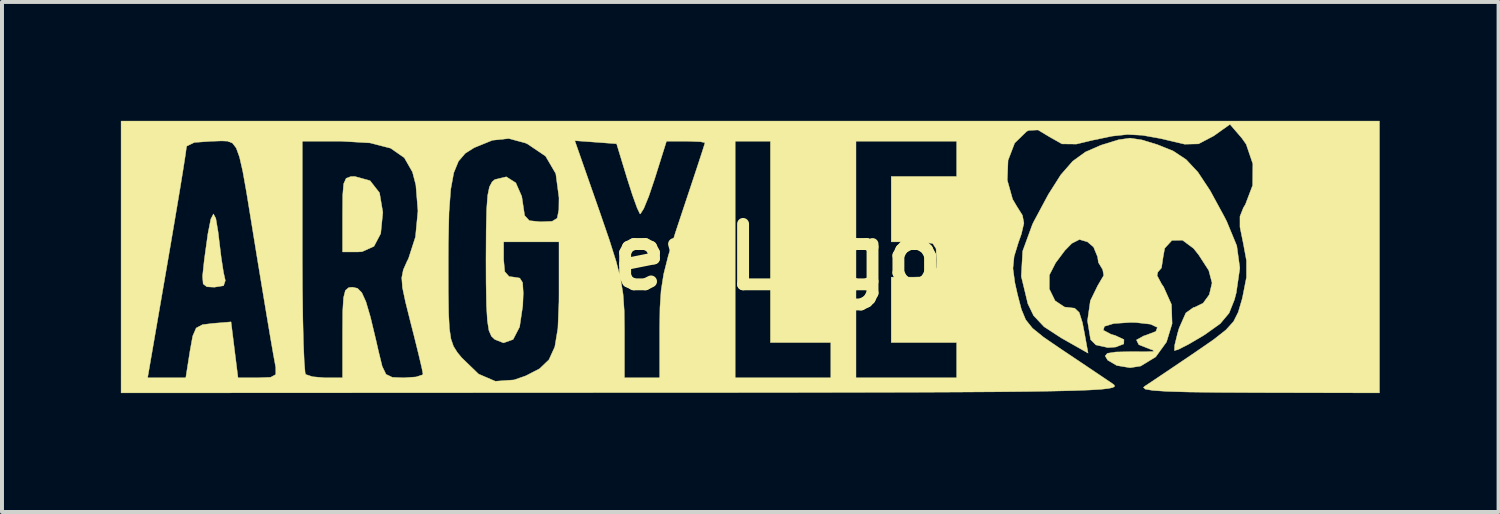
<source format=kicad_pcb>
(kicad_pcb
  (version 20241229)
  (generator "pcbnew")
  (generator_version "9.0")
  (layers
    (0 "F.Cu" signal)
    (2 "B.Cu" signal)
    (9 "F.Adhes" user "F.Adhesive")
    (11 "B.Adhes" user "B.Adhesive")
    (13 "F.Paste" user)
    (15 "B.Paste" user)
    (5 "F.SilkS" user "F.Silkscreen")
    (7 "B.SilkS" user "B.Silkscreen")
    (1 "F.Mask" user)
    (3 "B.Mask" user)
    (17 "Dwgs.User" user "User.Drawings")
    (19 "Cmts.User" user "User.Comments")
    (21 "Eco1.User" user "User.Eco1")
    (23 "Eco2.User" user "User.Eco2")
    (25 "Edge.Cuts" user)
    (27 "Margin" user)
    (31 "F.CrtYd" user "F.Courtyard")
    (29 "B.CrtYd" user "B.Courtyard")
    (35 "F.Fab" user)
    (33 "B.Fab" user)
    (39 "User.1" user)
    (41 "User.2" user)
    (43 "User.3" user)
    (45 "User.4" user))
  (footprint "newLogo"
    (layer "F.Cu")
    (at 15.88 3.434)
    (property "Reference" "newLogo" (at 0 0 0) (layer "F.SilkS") (effects (font (size 1.524 1.524) (thickness 0.3))))
    (attr through_hole)
    (fp_poly (pts (xy -9.594 -1.926) (xy -9.354 -1.619) (xy -9.271 -1.127) (xy -9.271 -1.126) (xy -9.324 -0.592) (xy -9.494 -0.269) (xy -9.794 -0.134) (xy -9.91 -0.127) (xy -10.287 -0.127) (xy -10.287 -1.079) (xy -10.283 -1.564) (xy -10.259 -1.848) (xy -10.197 -1.985) (xy -10.081 -2.029) (xy -9.979 -2.032) (xy -9.594 -1.926)) (stroke (width 0.01) (type solid)) (fill yes) (layer "F.SilkS"))
    (fp_poly (pts (xy -13.485 -0.975) (xy -13.427 -0.63) (xy -13.406 -0.454) (xy -13.349 0.012) (xy -13.291 0.389) (xy -13.245 0.594) (xy -13.289 0.725) (xy -13.521 0.762) (xy -13.711 0.752) (xy -13.804 0.68) (xy -13.82 0.487) (xy -13.78 0.112) (xy -13.771 0.038) (xy -13.685 -0.584) (xy -13.611 -0.957) (xy -13.545 -1.086) (xy -13.485 -0.975)) (stroke (width 0.01) (type solid)) (fill yes) (layer "F.SilkS"))
    (fp_poly (pts (xy 9.877 -2.955) (xy 10.277 -2.833) (xy 10.671 -2.674) (xy 10.998 -2.457) (xy 11.295 -2.139) (xy 11.601 -1.677) (xy 11.954 -1.028) (xy 12.02 -0.9) (xy 12.275 -0.283) (xy 12.352 0.279) (xy 12.262 0.902) (xy 12.215 1.08) (xy 12.081 1.415) (xy 11.858 1.681) (xy 11.475 1.955) (xy 11.408 1.997) (xy 11.055 2.204) (xy 10.797 2.335) (xy 10.701 2.361) (xy 10.708 2.225) (xy 10.779 1.934) (xy 10.82 1.794) (xy 10.989 1.412) (xy 11.186 1.271) (xy 11.21 1.27) (xy 11.425 1.165) (xy 11.581 0.951) (xy 11.651 0.655) (xy 11.568 0.339) (xy 11.313 -0.055) (xy 11.186 -0.215) (xy 10.905 -0.424) (xy 10.639 -0.419) (xy 10.456 -0.22) (xy 10.414 0.015) (xy 10.375 0.276) (xy 10.283 0.381) (xy 10.264 0.468) (xy 10.379 0.684) (xy 10.428 0.754) (xy 10.627 1.198) (xy 10.643 1.683) (xy 10.502 2.144) (xy 10.229 2.521) (xy 9.85 2.752) (xy 9.582 2.794) (xy 9.247 2.738) (xy 9.017 2.603) (xy 8.954 2.496) (xy 9.01 2.43) (xy 9.22 2.397) (xy 9.624 2.388) (xy 9.97 2.391) (xy 10.184 2.382) (xy 10.149 2.344) (xy 10.097 2.329) (xy 9.802 2.212) (xy 9.743 2.093) (xy 9.927 1.991) (xy 9.96 1.982) (xy 10.233 1.878) (xy 10.272 1.777) (xy 10.098 1.696) (xy 9.73 1.654) (xy 9.588 1.651) (xy 9.17 1.679) (xy 8.935 1.75) (xy 8.907 1.847) (xy 9.104 1.951) (xy 9.207 1.98) (xy 9.428 2.083) (xy 9.424 2.194) (xy 9.22 2.272) (xy 9.023 2.286) (xy 8.72 2.219) (xy 8.586 2.085) (xy 8.508 1.61) (xy 8.58 1.104) (xy 8.765 0.725) (xy 8.918 0.464) (xy 8.892 0.319) (xy 8.783 0.138) (xy 8.763 -0.003) (xy 8.661 -0.251) (xy 8.507 -0.382) (xy 8.305 -0.441) (xy 8.113 -0.344) (xy 7.937 -0.164) (xy 7.703 0.149) (xy 7.554 0.44) (xy 7.546 0.464) (xy 7.545 0.807) (xy 7.69 1.104) (xy 7.93 1.263) (xy 7.998 1.27) (xy 8.185 1.292) (xy 8.299 1.4) (xy 8.38 1.655) (xy 8.436 1.943) (xy 8.523 2.426) (xy 7.849 2.044) (xy 7.413 1.76) (xy 7.148 1.479) (xy 7.004 1.181) (xy 6.837 0.488) (xy 6.873 -0.15) (xy 7.119 -0.823) (xy 7.154 -0.894) (xy 7.522 -1.581) (xy 7.836 -2.075) (xy 8.135 -2.417) (xy 8.457 -2.65) (xy 8.839 -2.817) (xy 8.887 -2.833) (xy 9.292 -2.958) (xy 9.582 -2.999) (xy 9.877 -2.955)) (stroke (width 0.01) (type solid)) (fill yes) (layer "F.SilkS"))
    (fp_poly (pts (xy 15.875 3.429) (xy 12.795 3.422) (xy 11.81 3.417) (xy 11.056 3.407) (xy 10.513 3.391) (xy 10.157 3.367) (xy 9.967 3.335) (xy 9.92 3.292) (xy 9.95 3.263) (xy 10.154 3.128) (xy 10.508 2.89) (xy 10.954 2.589) (xy 11.214 2.413) (xy 11.691 2.084) (xy 12.001 1.84) (xy 12.193 1.628) (xy 12.311 1.393) (xy 12.403 1.083) (xy 12.42 1.016) (xy 12.519 0.513) (xy 12.519 0.089) (xy 12.439 -0.343) (xy 12.355 -0.756) (xy 12.355 -1.024) (xy 12.442 -1.244) (xy 12.491 -1.323) (xy 12.675 -1.808) (xy 12.68 -2.35) (xy 12.512 -2.844) (xy 12.402 -3) (xy 12.103 -3.347) (xy 11.696 -3.057) (xy 11.31 -2.854) (xy 10.959 -2.846) (xy 10.947 -2.849) (xy 10.341 -2.991) (xy 9.894 -3.071) (xy 9.519 -3.091) (xy 9.128 -3.049) (xy 8.634 -2.946) (xy 8.229 -2.849) (xy 7.865 -2.853) (xy 7.549 -3.031) (xy 7.26 -3.205) (xy 7.027 -3.194) (xy 6.974 -3.169) (xy 6.671 -2.875) (xy 6.504 -2.439) (xy 6.484 -1.94) (xy 6.619 -1.457) (xy 6.723 -1.281) (xy 6.867 -1.052) (xy 6.904 -0.853) (xy 6.84 -0.579) (xy 6.766 -0.369) (xy 6.657 -0.014) (xy 6.627 0.288) (xy 6.676 0.65) (xy 6.745 0.956) (xy 6.841 1.323) (xy 6.949 1.583) (xy 7.119 1.796) (xy 7.401 2.024) (xy 7.842 2.326) (xy 7.877 2.349) (xy 8.346 2.663) (xy 8.769 2.947) (xy 9.077 3.154) (xy 9.144 3.2) (xy 9.186 3.235) (xy 9.191 3.267) (xy 9.145 3.294) (xy 9.034 3.318) (xy 8.844 3.339) (xy 8.561 3.356) (xy 8.169 3.371) (xy 7.657 3.383) (xy 7.008 3.394) (xy 6.209 3.402) (xy 5.246 3.408) (xy 4.104 3.413) (xy 2.769 3.416) (xy 1.227 3.419) (xy -0.536 3.421) (xy -2.534 3.422) (xy -3.207 3.422) (xy -15.875 3.429) (xy -15.875 3.048) (xy -15.206 3.048) (xy -14.243 3.048) (xy -14.138 2.381) (xy -14.068 1.994) (xy -13.98 1.791) (xy -13.82 1.707) (xy -13.567 1.676) (xy -13.101 1.637) (xy -12.925 3.048) (xy -12.421 3.048) (xy -12.101 3.035) (xy -11.972 2.964) (xy -11.973 2.784) (xy -11.989 2.699) (xy -12.032 2.465) (xy -12.108 2.027) (xy -12.208 1.432) (xy -12.325 0.726) (xy -12.445 0) (xy -12.596 -0.931) (xy -12.712 -1.643) (xy -12.805 -2.163) (xy -12.887 -2.521) (xy -12.969 -2.748) (xy -13.063 -2.872) (xy -13.177 -2.921) (xy -11.303 -2.921) (xy -11.303 -0.021) (xy -11.299 0.813) (xy -11.289 1.56) (xy -11.274 2.184) (xy -11.254 2.648) (xy -11.232 2.915) (xy -11.218 2.963) (xy -11.044 3.021) (xy -10.735 3.048) (xy -10.71 3.048) (xy -10.287 3.048) (xy -10.287 1.905) (xy -10.283 1.361) (xy -10.262 1.024) (xy -10.216 0.843) (xy -10.132 0.772) (xy -10.039 0.762) (xy -9.91 0.79) (xy -9.802 0.899) (xy -9.698 1.127) (xy -9.584 1.514) (xy -9.444 2.098) (xy -9.382 2.371) (xy -9.287 2.759) (xy -9.19 2.96) (xy -9.031 3.036) (xy -8.753 3.048) (xy -8.743 3.048) (xy -8.433 3.026) (xy -8.267 2.972) (xy -8.258 2.953) (xy -8.288 2.796) (xy -8.369 2.452) (xy -8.486 1.98) (xy -8.562 1.683) (xy -8.699 1.136) (xy -8.776 0.771) (xy -8.794 0.522) (xy -8.755 0.324) (xy -8.662 0.114) (xy -8.66 0.111) (xy -7.62 0.111) (xy -7.619 0.871) (xy -7.611 1.421) (xy -7.591 1.806) (xy -7.552 2.069) (xy -7.488 2.254) (xy -7.393 2.405) (xy -7.281 2.542) (xy -6.854 2.954) (xy -6.432 3.135) (xy -5.96 3.101) (xy -5.664 2.998) (xy -5.317 2.819) (xy -5.08 2.592) (xy -4.932 2.267) (xy -4.854 1.799) (xy -4.827 1.138) (xy -4.826 0.924) (xy -4.826 -0.381) (xy -6.223 -0.381) (xy -6.223 0.064) (xy -6.195 0.369) (xy -6.085 0.493) (xy -5.963 0.508) (xy -5.816 0.532) (xy -5.744 0.646) (xy -5.728 0.908) (xy -5.74 1.225) (xy -5.82 1.764) (xy -5.984 2.081) (xy -6.226 2.167) (xy -6.445 2.081) (xy -6.532 1.999) (xy -6.594 1.855) (xy -6.633 1.609) (xy -6.656 1.22) (xy -6.666 0.647) (xy -6.668 0.064) (xy -6.664 -0.675) (xy -6.652 -1.2) (xy -6.626 -1.552) (xy -6.581 -1.77) (xy -6.514 -1.896) (xy -6.445 -1.954) (xy -6.155 -2.023) (xy -5.916 -1.871) (xy -5.766 -1.53) (xy -5.739 -1.352) (xy -5.693 -1.046) (xy -5.574 -0.917) (xy -5.303 -0.889) (xy -5.263 -0.889) (xy -5 -0.9) (xy -4.872 -0.978) (xy -4.83 -1.191) (xy -4.826 -1.496) (xy -4.907 -2.103) (xy -5.165 -2.544) (xy -5.621 -2.852) (xy -5.677 -2.877) (xy -5.893 -2.935) (xy -4.428 -2.935) (xy -3.801 -1.143) (xy -3.554 -0.424) (xy -3.382 0.12) (xy -3.271 0.555) (xy -3.209 0.944) (xy -3.181 1.351) (xy -3.175 1.84) (xy -3.175 1.848) (xy -3.175 3.048) (xy -2.286 3.048) (xy -2.286 1.804) (xy -2.279 1.278) (xy -2.25 0.843) (xy -2.185 0.431) (xy -2.069 -0.03) (xy -1.891 -0.609) (xy -1.714 -1.143) (xy -1.51 -1.756) (xy -1.337 -2.277) (xy -1.212 -2.66) (xy -1.148 -2.864) (xy -1.143 -2.884) (xy -1.255 -2.908) (xy -1.535 -2.92) (xy -1.629 -2.921) (xy -0.381 -2.921) (xy -0.381 3.048) (xy 2.032 3.048) (xy 2.032 2.159) (xy 0.508 2.159) (xy 0.508 -2.921) (xy 2.667 -2.921) (xy 2.667 3.048) (xy 5.207 3.048) (xy 5.207 2.159) (xy 3.556 2.159) (xy 3.556 0.508) (xy 4.128 0.508) (xy 4.479 0.499) (xy 4.645 0.434) (xy 4.695 0.261) (xy 4.699 0.064) (xy 4.687 -0.21) (xy 4.604 -0.339) (xy 4.382 -0.378) (xy 4.128 -0.381) (xy 3.556 -0.381) (xy 3.556 -2.032) (xy 5.207 -2.032) (xy 5.207 -2.921) (xy 2.667 -2.921) (xy 0.508 -2.921) (xy -0.381 -2.921) (xy -1.629 -2.921) (xy -2.114 -2.921) (xy -2.413 -1.969) (xy -2.56 -1.534) (xy -2.687 -1.223) (xy -2.772 -1.088) (xy -2.784 -1.089) (xy -2.855 -1.238) (xy -2.972 -1.562) (xy -3.11 -1.992) (xy -3.115 -2.009) (xy -3.373 -2.857) (xy -3.9 -2.896) (xy -4.428 -2.935) (xy -5.893 -2.935) (xy -6.094 -2.989) (xy -6.506 -2.945) (xy -6.964 -2.759) (xy -7.192 -2.615) (xy -7.362 -2.416) (xy -7.481 -2.126) (xy -7.558 -1.708) (xy -7.601 -1.127) (xy -7.618 -0.346) (xy -7.62 0.111) (xy -8.66 0.111) (xy -8.623 0.037) (xy -8.448 -0.506) (xy -8.385 -1.163) (xy -8.438 -1.817) (xy -8.523 -2.144) (xy -8.729 -2.504) (xy -9.074 -2.744) (xy -9.593 -2.878) (xy -10.319 -2.921) (xy -10.344 -2.921) (xy -11.303 -2.921) (xy -13.177 -2.921) (xy -13.18 -2.922) (xy -13.332 -2.929) (xy -13.53 -2.922) (xy -13.591 -2.921) (xy -14.026 -2.89) (xy -14.217 -2.798) (xy -14.227 -2.762) (xy -14.249 -2.596) (xy -14.308 -2.217) (xy -14.398 -1.664) (xy -14.514 -0.974) (xy -14.648 -0.186) (xy -14.718 0.222) (xy -15.206 3.048) (xy -15.875 3.048) (xy -15.875 -3.429) (xy 15.875 -3.429) (xy 15.875 3.429)) (stroke (width 0.01) (type solid)) (fill yes) (layer "F.SilkS")))
  (gr_rect
    (start -3 -3)
    (end 34.76 9.868)
    (stroke (width 0.1) (type default))
    (fill no)
    (layer "Edge.Cuts")))
</source>
